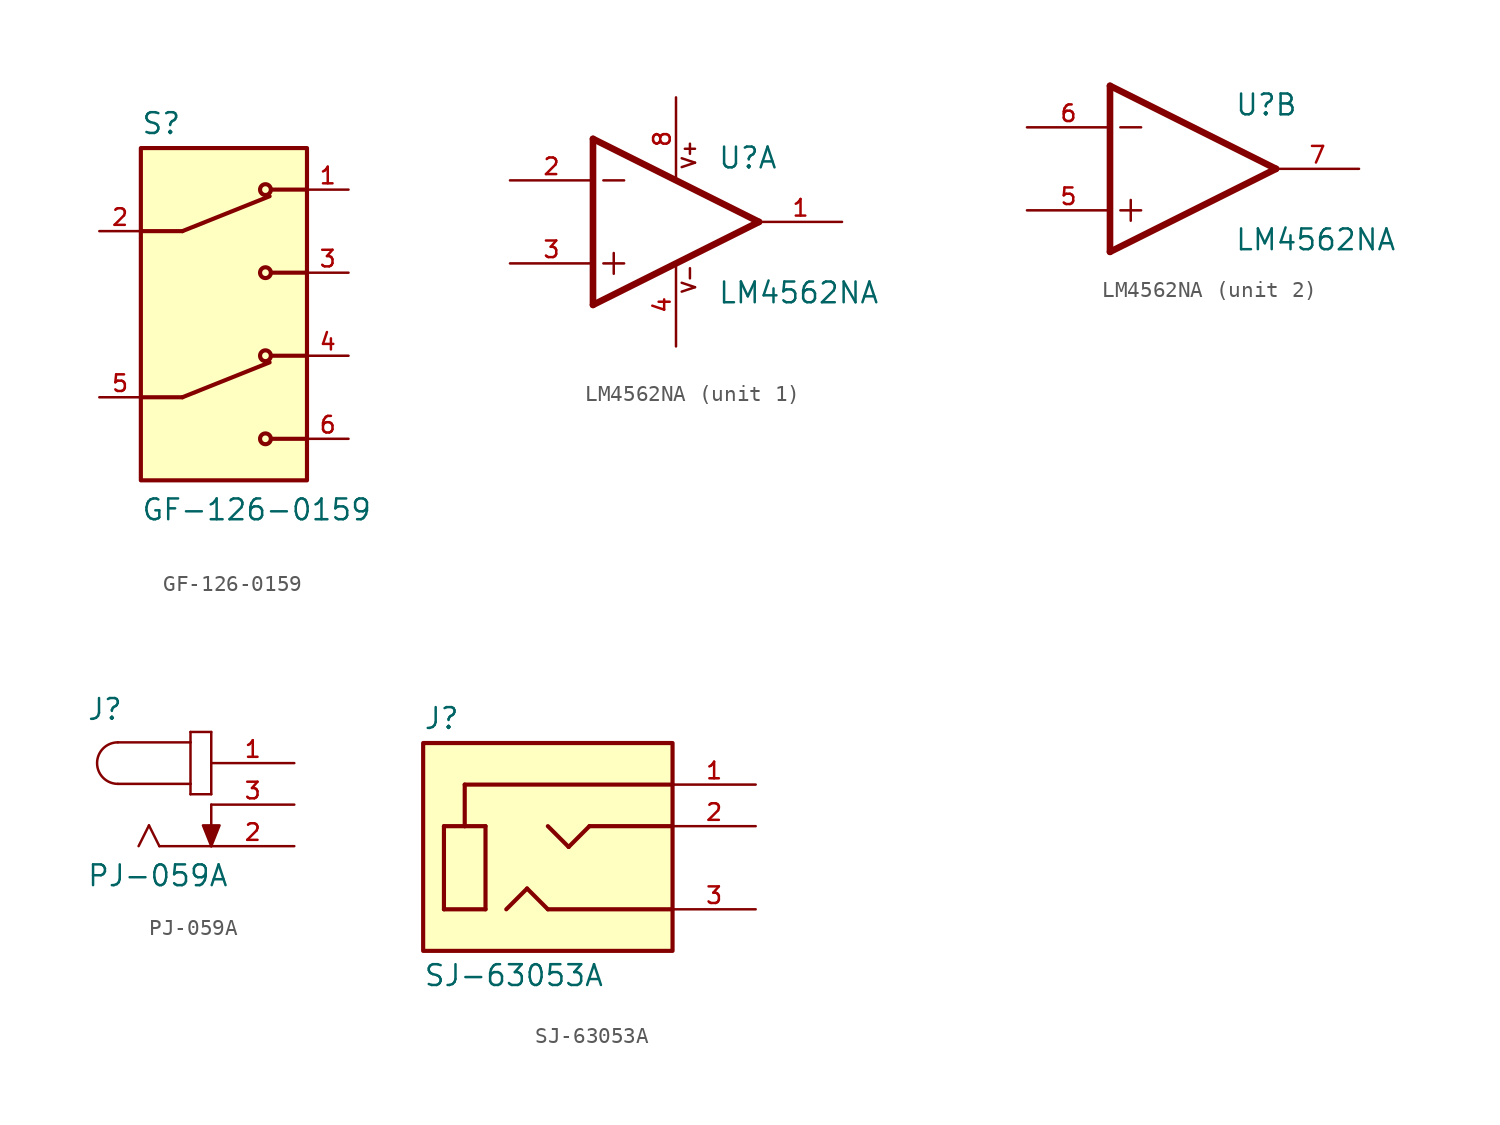
<source format=kicad_sym>
(kicad_symbol_lib
  (version 20231120)
  (generator "kicad_symbol_editor")
  (generator_version "8.0")
  (symbol "GF-126-0159"
    (pin_names
      (offset 1.016))
    (property "Reference" "S"
      (at -5.08 10.922 0)
      (effects (font (size 1.27 1.27)) (justify left bottom)))
    (property "Value" "GF-126-0159"
      (at -5.08 -12.7 0)
      (effects (font (size 1.27 1.27)) (justify left bottom)))
    (symbol "GF-126-0159_0_0"
      (rectangle (start -5.08 -10.16) (end 5.08 10.16) (stroke (width 0.254) (type default)) (fill (type background)))
      (polyline (pts (xy -2.54 -5.08) (xy -5.08 -5.08)) (stroke (width 0.254) (type default)) (fill (type none)))
      (polyline (pts (xy -2.54 -5.08) (xy 2.794 -2.946)) (stroke (width 0.254) (type default)) (fill (type none)))
      (polyline (pts (xy -2.54 5.08) (xy -5.08 5.08)) (stroke (width 0.254) (type default)) (fill (type none)))
      (polyline (pts (xy -2.54 5.08) (xy 2.794 7.214)) (stroke (width 0.254) (type default)) (fill (type none)))
      (polyline (pts (xy 5.08 -7.62) (xy 2.921 -7.62)) (stroke (width 0.254) (type default)) (fill (type none)))
      (polyline (pts (xy 5.08 -2.54) (xy 2.921 -2.54)) (stroke (width 0.254) (type default)) (fill (type none)))
      (polyline (pts (xy 5.08 2.54) (xy 2.921 2.54)) (stroke (width 0.254) (type default)) (fill (type none)))
      (polyline (pts (xy 5.08 7.62) (xy 2.921 7.62)) (stroke (width 0.254) (type default)) (fill (type none)))
      (circle (center 2.54 -7.62) (radius 0.33) (stroke (width 0.254) (type default)) (fill (type none)))
      (circle (center 2.54 -2.54) (radius 0.33) (stroke (width 0.254) (type default)) (fill (type none)))
      (circle (center 2.54 2.54) (radius 0.33) (stroke (width 0.254) (type default)) (fill (type none)))
      (circle (center 2.54 7.62) (radius 0.33) (stroke (width 0.254) (type default)) (fill (type none)))
      (pin passive line (at 7.62 7.62 180) (length 2.54) (name "~" (effects (font (size 1.016 1.016)))) (number "1" (effects (font (size 1.016 1.016)))))
      (pin passive line (at -7.62 5.08 0) (length 2.54) (name "~" (effects (font (size 1.016 1.016)))) (number "2" (effects (font (size 1.016 1.016)))))
      (pin passive line (at 7.62 2.54 180) (length 2.54) (name "~" (effects (font (size 1.016 1.016)))) (number "3" (effects (font (size 1.016 1.016)))))
      (pin passive line (at 7.62 -2.54 180) (length 2.54) (name "~" (effects (font (size 1.016 1.016)))) (number "4" (effects (font (size 1.016 1.016)))))
      (pin passive line (at -7.62 -5.08 0) (length 2.54) (name "~" (effects (font (size 1.016 1.016)))) (number "5" (effects (font (size 1.016 1.016)))))
      (pin passive line (at 7.62 -7.62 180) (length 2.54) (name "~" (effects (font (size 1.016 1.016)))) (number "6" (effects (font (size 1.016 1.016)))))))
  (symbol "LM4562NA"
    (pin_names
      (offset 1.016))
    (property "Reference" "U"
      (at 2.54 3.175 0)
      (effects (font (size 1.27 1.27)) (justify left bottom)))
    (property "Value" "LM4562NA"
      (at 2.54 -5.08 0)
      (effects (font (size 1.27 1.27)) (justify left bottom)))
    (symbol "LM4562NA_1_0"
      (polyline (pts (xy -5.08 -5.08) (xy 5.08 0)) (stroke (width 0.406) (type default)) (fill (type none)))
      (polyline (pts (xy -5.08 5.08) (xy -5.08 -5.08)) (stroke (width 0.406) (type default)) (fill (type none)))
      (polyline (pts (xy -4.445 -2.54) (xy -3.175 -2.54)) (stroke (width 0.152) (type default)) (fill (type none)))
      (polyline (pts (xy -4.445 2.54) (xy -3.175 2.54)) (stroke (width 0.152) (type default)) (fill (type none)))
      (polyline (pts (xy -3.81 -1.905) (xy -3.81 -3.175)) (stroke (width 0.152) (type default)) (fill (type none)))
      (polyline (pts (xy 5.08 0) (xy -5.08 5.08)) (stroke (width 0.406) (type default)) (fill (type none)))
      (text "V+" (at 1.27 3.175 900) (effects (font (size 0.813 0.813)) (justify left bottom)))
      (text "V-" (at 1.27 -4.445 900) (effects (font (size 0.813 0.813)) (justify left bottom)))
      (pin output line (at 10.16 0 180) (length 5.08) (name "~" (effects (font (size 1.016 1.016)))) (number "1" (effects (font (size 1.016 1.016)))))
      (pin input line (at -10.16 2.54 0) (length 5.08) (name "~" (effects (font (size 1.016 1.016)))) (number "2" (effects (font (size 1.016 1.016)))))
      (pin input line (at -10.16 -2.54 0) (length 5.08) (name "~" (effects (font (size 1.016 1.016)))) (number "3" (effects (font (size 1.016 1.016)))))
      (pin power_in line (at 0 -7.62 90) (length 5.08) (name "~" (effects (font (size 1.016 1.016)))) (number "4" (effects (font (size 1.016 1.016)))))
      (pin power_in line (at 0 7.62 270) (length 5.08) (name "~" (effects (font (size 1.016 1.016)))) (number "8" (effects (font (size 1.016 1.016))))))
    (symbol "LM4562NA_2_0"
      (polyline (pts (xy -5.08 -5.08) (xy 5.08 0)) (stroke (width 0.406) (type default)) (fill (type none)))
      (polyline (pts (xy -5.08 5.08) (xy -5.08 -5.08)) (stroke (width 0.406) (type default)) (fill (type none)))
      (polyline (pts (xy -4.445 -2.54) (xy -3.175 -2.54)) (stroke (width 0.152) (type default)) (fill (type none)))
      (polyline (pts (xy -4.445 2.54) (xy -3.175 2.54)) (stroke (width 0.152) (type default)) (fill (type none)))
      (polyline (pts (xy -3.81 -1.905) (xy -3.81 -3.175)) (stroke (width 0.152) (type default)) (fill (type none)))
      (polyline (pts (xy 5.08 0) (xy -5.08 5.08)) (stroke (width 0.406) (type default)) (fill (type none)))
      (pin input line (at -10.16 -2.54 0) (length 5.08) (name "~" (effects (font (size 1.016 1.016)))) (number "5" (effects (font (size 1.016 1.016)))))
      (pin input line (at -10.16 2.54 0) (length 5.08) (name "~" (effects (font (size 1.016 1.016)))) (number "6" (effects (font (size 1.016 1.016)))))
      (pin output line (at 10.16 0 180) (length 5.08) (name "~" (effects (font (size 1.016 1.016)))) (number "7" (effects (font (size 1.016 1.016)))))))
  (symbol "PJ-059A"
    (pin_names
      (offset 1.016))
    (property "Reference" "J"
      (at -7.632 5.088 0)
      (effects (font (size 1.27 1.27)) (justify left bottom)))
    (property "Value" "PJ-059A"
      (at -7.633 -5.088 0)
      (effects (font (size 1.27 1.27)) (justify left bottom)))
    (symbol "PJ-059A_0_0"
      (arc (start -5.715 3.81) (mid -6.9794 2.54) (end -5.715 1.27) (stroke (width 0.1524) (type default)) (fill (type none)))
      (polyline (pts (xy -5.715 3.81) (xy -1.27 3.81)) (stroke (width 0.152) (type default)) (fill (type none)))
      (polyline (pts (xy -3.81 -1.27) (xy -4.445 -2.54)) (stroke (width 0.152) (type default)) (fill (type none)))
      (polyline (pts (xy -3.175 -2.54) (xy -3.81 -1.27)) (stroke (width 0.152) (type default)) (fill (type none)))
      (polyline (pts (xy -1.27 0.635) (xy 0 0.635)) (stroke (width 0.152) (type default)) (fill (type none)))
      (polyline (pts (xy -1.27 1.27) (xy -5.715 1.27)) (stroke (width 0.152) (type default)) (fill (type none)))
      (polyline (pts (xy -1.27 1.27) (xy -1.27 0.635)) (stroke (width 0.152) (type default)) (fill (type none)))
      (polyline (pts (xy -1.27 3.81) (xy -1.27 1.27)) (stroke (width 0.152) (type default)) (fill (type none)))
      (polyline (pts (xy -1.27 4.445) (xy -1.27 3.81)) (stroke (width 0.152) (type default)) (fill (type none)))
      (polyline (pts (xy 0 -2.54) (xy -3.175 -2.54)) (stroke (width 0.152) (type default)) (fill (type none)))
      (polyline (pts (xy 0 0) (xy 0 -2.54)) (stroke (width 0.152) (type default)) (fill (type none)))
      (polyline (pts (xy 0 0.635) (xy 0 4.445)) (stroke (width 0.152) (type default)) (fill (type none)))
      (polyline (pts (xy 0 4.445) (xy -1.27 4.445)) (stroke (width 0.152) (type default)) (fill (type none)))
      (polyline (pts (xy 0 -2.54) (xy -0.508 -1.27) (xy 0.508 -1.27) (xy 0 -2.54)) (stroke (width 0.152) (type default)) (fill (type outline)))
      (pin passive line (at 5.08 2.54 180) (length 5.08) (name "~" (effects (font (size 1.016 1.016)))) (number "1" (effects (font (size 1.016 1.016)))))
      (pin passive line (at 5.08 -2.54 180) (length 5.08) (name "~" (effects (font (size 1.016 1.016)))) (number "2" (effects (font (size 1.016 1.016)))))
      (pin passive line (at 5.08 0 180) (length 5.08) (name "~" (effects (font (size 1.016 1.016)))) (number "3" (effects (font (size 1.016 1.016)))))))
  (symbol "SJ-63053A"
    (pin_names
      (offset 1.016))
    (property "Reference" "J"
      (at -7.62 5.842 0)
      (effects (font (size 1.27 1.27)) (justify left bottom)))
    (property "Value" "SJ-63053A"
      (at -7.62 -8.382 0)
      (effects (font (size 1.27 1.27)) (justify left top)))
    (symbol "SJ-63053A_0_0"
      (rectangle (start -7.62 -7.62) (end 7.62 5.08) (stroke (width 0.254) (type default)) (fill (type background)))
      (polyline (pts (xy -6.35 -5.08) (xy -6.35 0)) (stroke (width 0.254) (type default)) (fill (type none)))
      (polyline (pts (xy -6.35 0) (xy -5.08 0)) (stroke (width 0.254) (type default)) (fill (type none)))
      (polyline (pts (xy -5.08 0) (xy -5.08 2.54)) (stroke (width 0.254) (type default)) (fill (type none)))
      (polyline (pts (xy -5.08 0) (xy -3.81 0)) (stroke (width 0.254) (type default)) (fill (type none)))
      (polyline (pts (xy -5.08 2.54) (xy 7.62 2.54)) (stroke (width 0.254) (type default)) (fill (type none)))
      (polyline (pts (xy -3.81 -5.08) (xy -6.35 -5.08)) (stroke (width 0.254) (type default)) (fill (type none)))
      (polyline (pts (xy -3.81 0) (xy -3.81 -5.08)) (stroke (width 0.254) (type default)) (fill (type none)))
      (polyline (pts (xy -2.54 -5.08) (xy -1.27 -3.81)) (stroke (width 0.254) (type default)) (fill (type none)))
      (polyline (pts (xy -1.27 -3.81) (xy 0 -5.08)) (stroke (width 0.254) (type default)) (fill (type none)))
      (polyline (pts (xy 0 -5.08) (xy 7.62 -5.08)) (stroke (width 0.254) (type default)) (fill (type none)))
      (polyline (pts (xy 0 0) (xy 1.27 -1.27)) (stroke (width 0.254) (type default)) (fill (type none)))
      (polyline (pts (xy 1.27 -1.27) (xy 2.54 0)) (stroke (width 0.254) (type default)) (fill (type none)))
      (polyline (pts (xy 2.54 0) (xy 7.62 0)) (stroke (width 0.254) (type default)) (fill (type none)))
      (pin passive line (at 12.7 2.54 180) (length 5.08) (name "~" (effects (font (size 1.016 1.016)))) (number "1" (effects (font (size 1.016 1.016)))))
      (pin passive line (at 12.7 0 180) (length 5.08) (name "~" (effects (font (size 1.016 1.016)))) (number "2" (effects (font (size 1.016 1.016)))))
      (pin passive line (at 12.7 -5.08 180) (length 5.08) (name "~" (effects (font (size 1.016 1.016)))) (number "3" (effects (font (size 1.016 1.016))))))))
</source>
